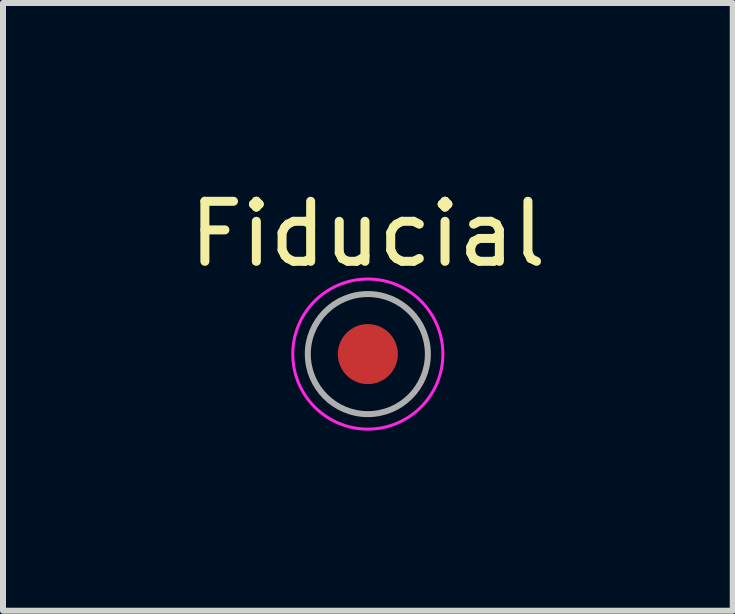
<source format=kicad_pcb>
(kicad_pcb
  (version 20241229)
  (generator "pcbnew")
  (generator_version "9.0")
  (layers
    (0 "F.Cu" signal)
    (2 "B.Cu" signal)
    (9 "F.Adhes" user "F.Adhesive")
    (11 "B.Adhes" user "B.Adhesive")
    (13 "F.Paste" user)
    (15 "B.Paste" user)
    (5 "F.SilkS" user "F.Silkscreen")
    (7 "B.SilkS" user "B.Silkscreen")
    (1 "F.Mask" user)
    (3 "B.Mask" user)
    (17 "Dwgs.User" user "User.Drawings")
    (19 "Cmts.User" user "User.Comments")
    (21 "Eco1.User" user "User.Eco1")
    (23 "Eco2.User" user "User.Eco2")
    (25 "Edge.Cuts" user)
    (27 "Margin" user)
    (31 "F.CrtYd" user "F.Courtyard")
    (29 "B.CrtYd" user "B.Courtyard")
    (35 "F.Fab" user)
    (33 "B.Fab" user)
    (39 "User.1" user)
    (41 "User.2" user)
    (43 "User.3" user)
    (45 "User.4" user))
  (footprint "Fiducial"
    (layer "F.Cu")
    (at 3.077 2.848)
    (property "Reference" "Fiducial" (at 0 -2 0) (layer "F.SilkS") (effects (font (size 1 1) (thickness 0.15))))
    (attr smd)
    (fp_circle (center 0 0) (end 1.25 0) (stroke (width 0.05) (type solid)) (fill no) (layer "F.CrtYd"))
    (fp_circle (center 0 0) (end 1 0) (stroke (width 0.1) (type solid)) (fill no) (layer "F.Fab"))
    (pad "" smd circle (at 0 0) (size 1 1) (layers "F.Cu" "F.Mask")))
  (gr_rect
    (start -3 -3)
    (end 9.155 7.123)
    (stroke (width 0.1) (type default))
    (fill no)
    (layer "Edge.Cuts")))
</source>
